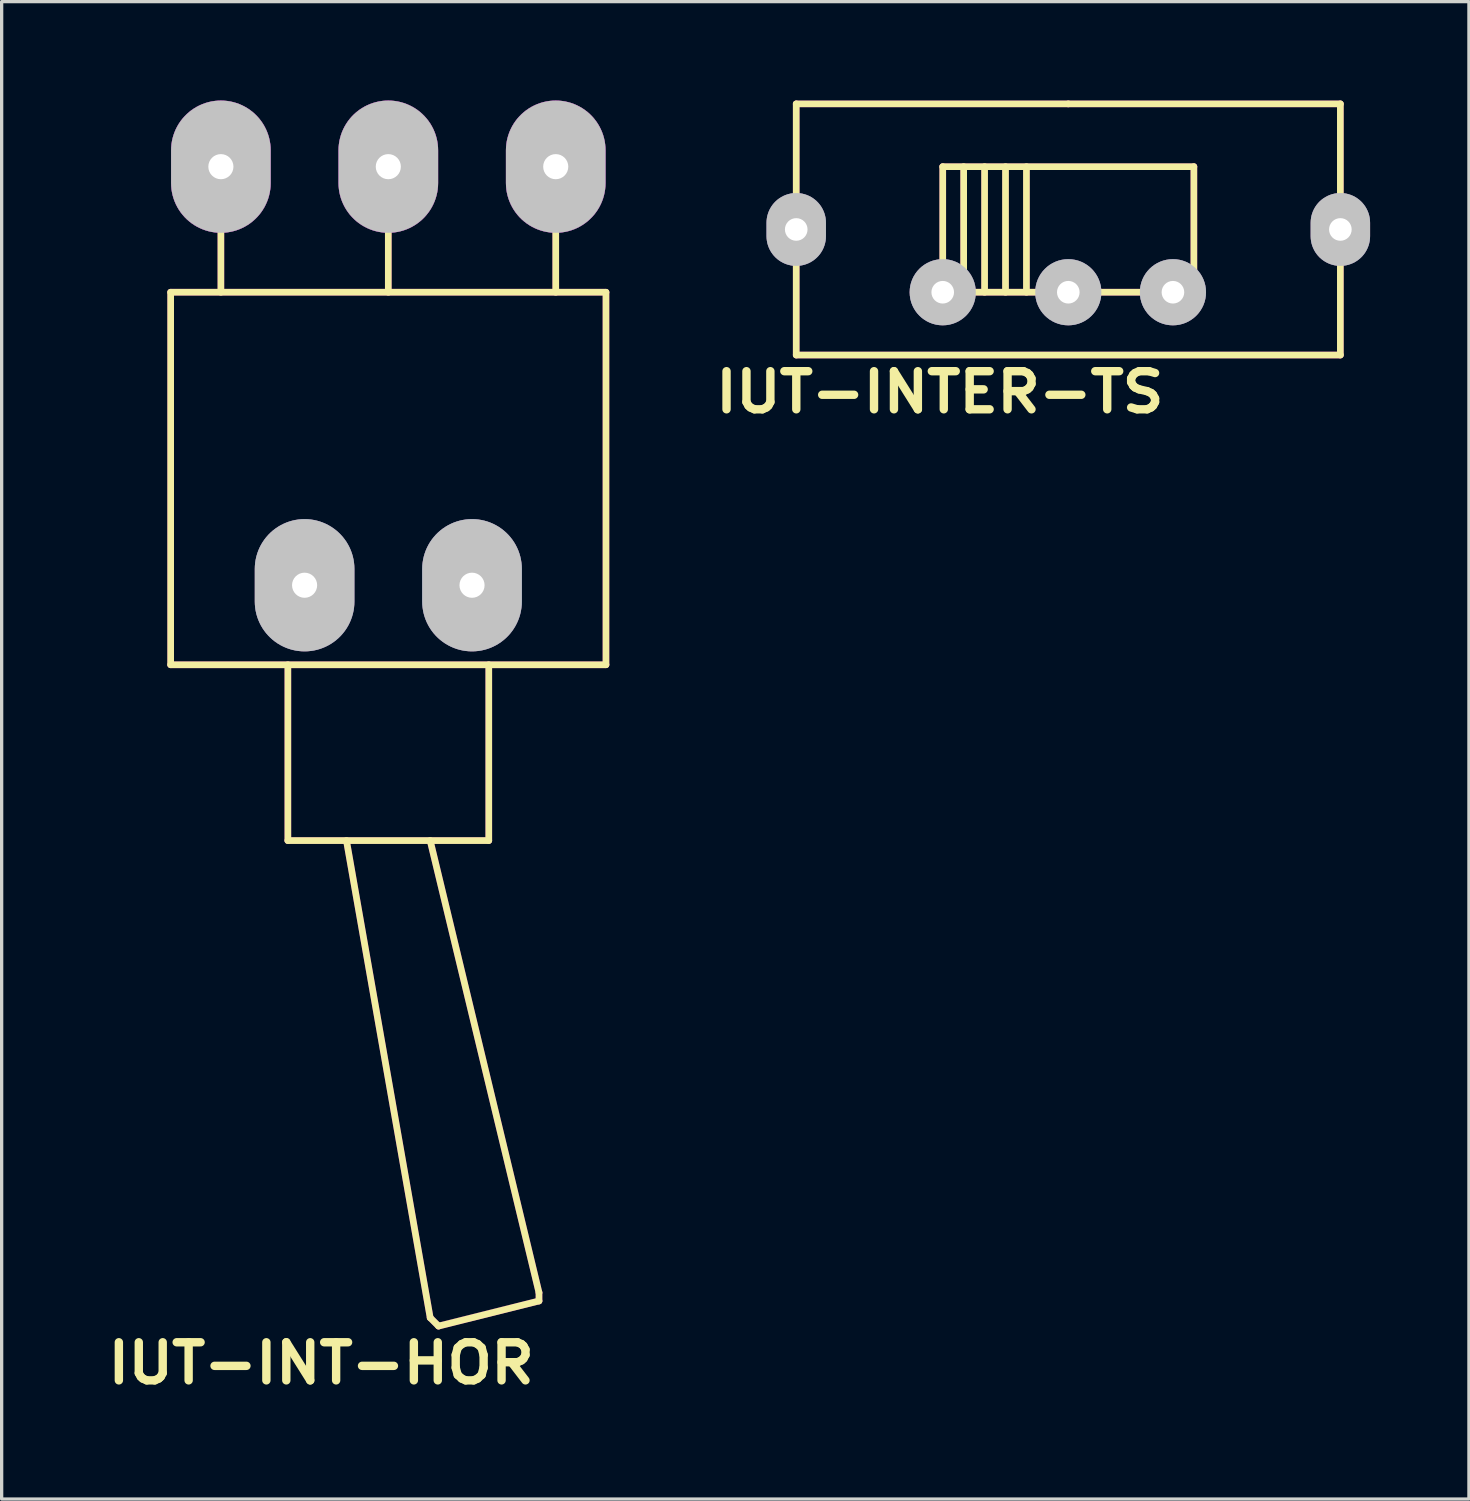
<source format=kicad_pcb>
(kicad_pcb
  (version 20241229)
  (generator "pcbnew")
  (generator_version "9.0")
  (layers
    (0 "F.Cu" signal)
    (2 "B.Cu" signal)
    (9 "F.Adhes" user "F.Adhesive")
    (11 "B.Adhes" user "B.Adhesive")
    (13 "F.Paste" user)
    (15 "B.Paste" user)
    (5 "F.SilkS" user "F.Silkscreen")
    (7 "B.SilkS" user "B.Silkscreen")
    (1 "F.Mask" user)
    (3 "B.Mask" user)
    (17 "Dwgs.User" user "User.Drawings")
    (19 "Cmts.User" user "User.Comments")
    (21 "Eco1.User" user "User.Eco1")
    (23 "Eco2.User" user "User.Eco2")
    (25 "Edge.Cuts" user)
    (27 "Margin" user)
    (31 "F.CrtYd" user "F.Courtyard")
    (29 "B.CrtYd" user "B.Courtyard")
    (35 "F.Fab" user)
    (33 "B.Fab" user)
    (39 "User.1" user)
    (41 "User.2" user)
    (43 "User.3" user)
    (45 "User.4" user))
  (footprint "IUT-INTER-TS"
    (layer "F.Cu")
    (at 37.619 3.912)
    (property "Reference" "IUT-INTER-TS" (at -12.154 4.935 0) (layer "F.SilkS") (effects (font (size 1.156 1.27) (thickness 0.254))))
    (attr through_hole)
    (fp_line (start -16.51 -3.81) (end -8.255 -3.81) (stroke (width 0.203) (type solid)) (layer "F.SilkS"))
    (fp_line (start -16.51 3.81) (end -16.51 -3.81) (stroke (width 0.203) (type solid)) (layer "F.SilkS"))
    (fp_line (start -12.065 -1.905) (end -12.065 1.905) (stroke (width 0.203) (type solid)) (layer "F.SilkS"))
    (fp_line (start -12.065 1.905) (end -4.445 1.905) (stroke (width 0.203) (type solid)) (layer "F.SilkS"))
    (fp_line (start -11.43 -1.905) (end -11.43 1.905) (stroke (width 0.203) (type solid)) (layer "F.SilkS"))
    (fp_line (start -10.795 -1.905) (end -10.795 1.905) (stroke (width 0.203) (type solid)) (layer "F.SilkS"))
    (fp_line (start -10.16 -1.905) (end -10.16 1.905) (stroke (width 0.203) (type solid)) (layer "F.SilkS"))
    (fp_line (start -9.525 -1.905) (end -9.525 1.905) (stroke (width 0.203) (type solid)) (layer "F.SilkS"))
    (fp_line (start -8.255 -3.81) (end 0 -3.81) (stroke (width 0.203) (type solid)) (layer "F.SilkS"))
    (fp_line (start -4.445 -1.905) (end -12.065 -1.905) (stroke (width 0.203) (type solid)) (layer "F.SilkS"))
    (fp_line (start -4.445 1.905) (end -4.445 -1.905) (stroke (width 0.203) (type solid)) (layer "F.SilkS"))
    (fp_line (start 0 -3.81) (end 0 3.81) (stroke (width 0.203) (type solid)) (layer "F.SilkS"))
    (fp_line (start 0 3.81) (end -16.51 3.81) (stroke (width 0.203) (type solid)) (layer "F.SilkS"))
    (fp_line (start -16.51 -3.81) (end -8.255 -3.81) (stroke (width 0.203) (type solid)) (layer "F.Adhes"))
    (fp_line (start -16.51 3.81) (end -16.51 -3.81) (stroke (width 0.203) (type solid)) (layer "F.Adhes"))
    (fp_line (start -12.065 -1.905) (end -12.065 1.905) (stroke (width 0.203) (type solid)) (layer "F.Adhes"))
    (fp_line (start -12.065 1.905) (end -4.445 1.905) (stroke (width 0.203) (type solid)) (layer "F.Adhes"))
    (fp_line (start -11.43 -1.905) (end -11.43 1.905) (stroke (width 0.203) (type solid)) (layer "F.Adhes"))
    (fp_line (start -10.795 -1.905) (end -10.795 1.905) (stroke (width 0.203) (type solid)) (layer "F.Adhes"))
    (fp_line (start -10.16 -1.905) (end -10.16 1.905) (stroke (width 0.203) (type solid)) (layer "F.Adhes"))
    (fp_line (start -9.525 -1.905) (end -9.525 1.905) (stroke (width 0.203) (type solid)) (layer "F.Adhes"))
    (fp_line (start -8.255 -3.81) (end 0 -3.81) (stroke (width 0.203) (type solid)) (layer "F.Adhes"))
    (fp_line (start -4.445 -1.905) (end -12.065 -1.905) (stroke (width 0.203) (type solid)) (layer "F.Adhes"))
    (fp_line (start -4.445 1.905) (end -4.445 -1.905) (stroke (width 0.203) (type solid)) (layer "F.Adhes"))
    (fp_line (start 0 -3.81) (end 0 3.81) (stroke (width 0.203) (type solid)) (layer "F.Adhes"))
    (fp_line (start 0 3.81) (end -16.51 3.81) (stroke (width 0.203) (type solid)) (layer "F.Adhes"))
    (pad "1" thru_hole circle (at -12.065 1.905) (size 2.007 2.007) (drill 0.686) (layers "B.Cu" "B.Mask" "B.Adhes" "Dwgs.User" "Eco1.User" "Eco2.User"))
    (pad "2" thru_hole circle (at -8.255 1.905) (size 2.007 2.007) (drill 0.686) (layers "B.Cu" "B.Mask" "B.Adhes" "Dwgs.User" "Eco1.User" "Eco2.User"))
    (pad "3" thru_hole circle (at -5.08 1.905) (size 2.007 2.007) (drill 0.686) (layers "B.Cu" "B.Mask" "B.Adhes" "Dwgs.User" "Eco1.User" "Eco2.User"))
    (pad "X" thru_hole oval (at -16.51 0) (size 1.803 2.21) (drill 0.686) (layers "B.Cu" "B.Mask" "B.Adhes" "Dwgs.User" "Eco1.User"))
    (pad "Y" thru_hole oval (at 0 0) (size 1.803 2.21) (drill 0.686) (layers "B.Cu" "B.Mask" "B.Adhes" "Dwgs.User" "Eco1.User")))
  (footprint "IUT-INT-HOR"
    (layer "F.Cu")
    (at 6.192 14.707)
    (property "Reference" "IUT-INT-HOR" (at 0.503 23.604 0) (layer "F.SilkS") (effects (font (size 1.156 1.27) (thickness 0.254))))
    (attr through_hole)
    (fp_line (start -4.064 -8.89) (end -4.064 2.413) (stroke (width 0.203) (type solid)) (layer "F.SilkS"))
    (fp_line (start -4.064 2.413) (end 9.144 2.413) (stroke (width 0.203) (type solid)) (layer "F.SilkS"))
    (fp_line (start -2.54 -12.7) (end -2.54 -8.89) (stroke (width 0.203) (type solid)) (layer "F.SilkS"))
    (fp_line (start -0.508 7.747) (end -0.508 2.413) (stroke (width 0.203) (type solid)) (layer "F.SilkS"))
    (fp_line (start 2.54 -12.7) (end 2.54 -8.89) (stroke (width 0.203) (type solid)) (layer "F.SilkS"))
    (fp_line (start 3.81 7.747) (end 7.112 21.463) (stroke (width 0.203) (type solid)) (layer "F.SilkS"))
    (fp_line (start 3.81 22.225) (end 1.27 7.747) (stroke (width 0.203) (type solid)) (layer "F.SilkS"))
    (fp_line (start 4.064 22.479) (end 3.81 22.225) (stroke (width 0.203) (type solid)) (layer "F.SilkS"))
    (fp_line (start 5.588 2.413) (end 5.588 7.747) (stroke (width 0.203) (type solid)) (layer "F.SilkS"))
    (fp_line (start 5.588 7.747) (end -0.508 7.747) (stroke (width 0.203) (type solid)) (layer "F.SilkS"))
    (fp_line (start 7.112 21.463) (end 7.112 21.717) (stroke (width 0.203) (type solid)) (layer "F.SilkS"))
    (fp_line (start 7.112 21.717) (end 4.064 22.479) (stroke (width 0.203) (type solid)) (layer "F.SilkS"))
    (fp_line (start 7.62 -12.7) (end 7.62 -8.89) (stroke (width 0.203) (type solid)) (layer "F.SilkS"))
    (fp_line (start 9.144 -8.89) (end -4.064 -8.89) (stroke (width 0.203) (type solid)) (layer "F.SilkS"))
    (fp_line (start 9.144 2.413) (end 9.144 -8.89) (stroke (width 0.203) (type solid)) (layer "F.SilkS"))
    (fp_line (start -4.064 -8.89) (end -4.064 2.413) (stroke (width 0.203) (type solid)) (layer "F.Adhes"))
    (fp_line (start -4.064 2.413) (end 9.144 2.413) (stroke (width 0.203) (type solid)) (layer "F.Adhes"))
    (fp_line (start -2.54 -12.7) (end -2.54 -8.89) (stroke (width 0.203) (type solid)) (layer "F.Adhes"))
    (fp_line (start -0.508 7.747) (end -0.508 2.413) (stroke (width 0.203) (type solid)) (layer "F.Adhes"))
    (fp_line (start 2.54 -12.7) (end 2.54 -8.89) (stroke (width 0.203) (type solid)) (layer "F.Adhes"))
    (fp_line (start 3.81 7.747) (end 7.112 21.463) (stroke (width 0.203) (type solid)) (layer "F.Adhes"))
    (fp_line (start 3.81 22.225) (end 1.27 7.747) (stroke (width 0.203) (type solid)) (layer "F.Adhes"))
    (fp_line (start 4.064 22.479) (end 3.81 22.225) (stroke (width 0.203) (type solid)) (layer "F.Adhes"))
    (fp_line (start 5.588 2.413) (end 5.588 7.747) (stroke (width 0.203) (type solid)) (layer "F.Adhes"))
    (fp_line (start 5.588 7.747) (end -0.508 7.747) (stroke (width 0.203) (type solid)) (layer "F.Adhes"))
    (fp_line (start 7.112 21.463) (end 7.112 21.717) (stroke (width 0.203) (type solid)) (layer "F.Adhes"))
    (fp_line (start 7.112 21.717) (end 4.064 22.479) (stroke (width 0.203) (type solid)) (layer "F.Adhes"))
    (fp_line (start 7.62 -12.7) (end 7.62 -8.89) (stroke (width 0.203) (type solid)) (layer "F.Adhes"))
    (fp_line (start 9.144 -8.89) (end -4.064 -8.89) (stroke (width 0.203) (type solid)) (layer "F.Adhes"))
    (fp_line (start 9.144 2.413) (end 9.144 -8.89) (stroke (width 0.203) (type solid)) (layer "F.Adhes"))
    (pad "1" thru_hole oval (at -2.54 -12.7) (size 3.023 4.013) (drill 0.762) (layers "*.Cu" "*.Adhes" "*.Mask" "Dwgs.User" "Eco1.User" "Eco2.User"))
    (pad "2" thru_hole oval (at 2.54 -12.7) (size 3.023 4.013) (drill 0.762) (layers "*.Cu" "*.Adhes" "*.Mask" "Dwgs.User" "Eco1.User" "Eco2.User"))
    (pad "3" thru_hole oval (at 7.62 -12.7) (size 3.023 4.013) (drill 0.762) (layers "*.Cu" "*.Adhes" "*.Mask" "Dwgs.User" "Eco1.User" "Eco2.User"))
    (pad "x" thru_hole oval (at 0 0) (size 3.023 4.013) (drill 0.762) (layers "B.Cu" "B.Mask" "B.Adhes" "Dwgs.User" "Eco1.User"))
    (pad "x" thru_hole oval (at 5.08 0) (size 3.023 4.013) (drill 0.762) (layers "B.Cu" "B.Mask" "B.Adhes" "Dwgs.User" "Eco1.User")))
  (gr_rect
    (start -3 -3)
    (end 41.52 42.433)
    (stroke (width 0.1) (type default))
    (fill no)
    (layer "Edge.Cuts")))
</source>
